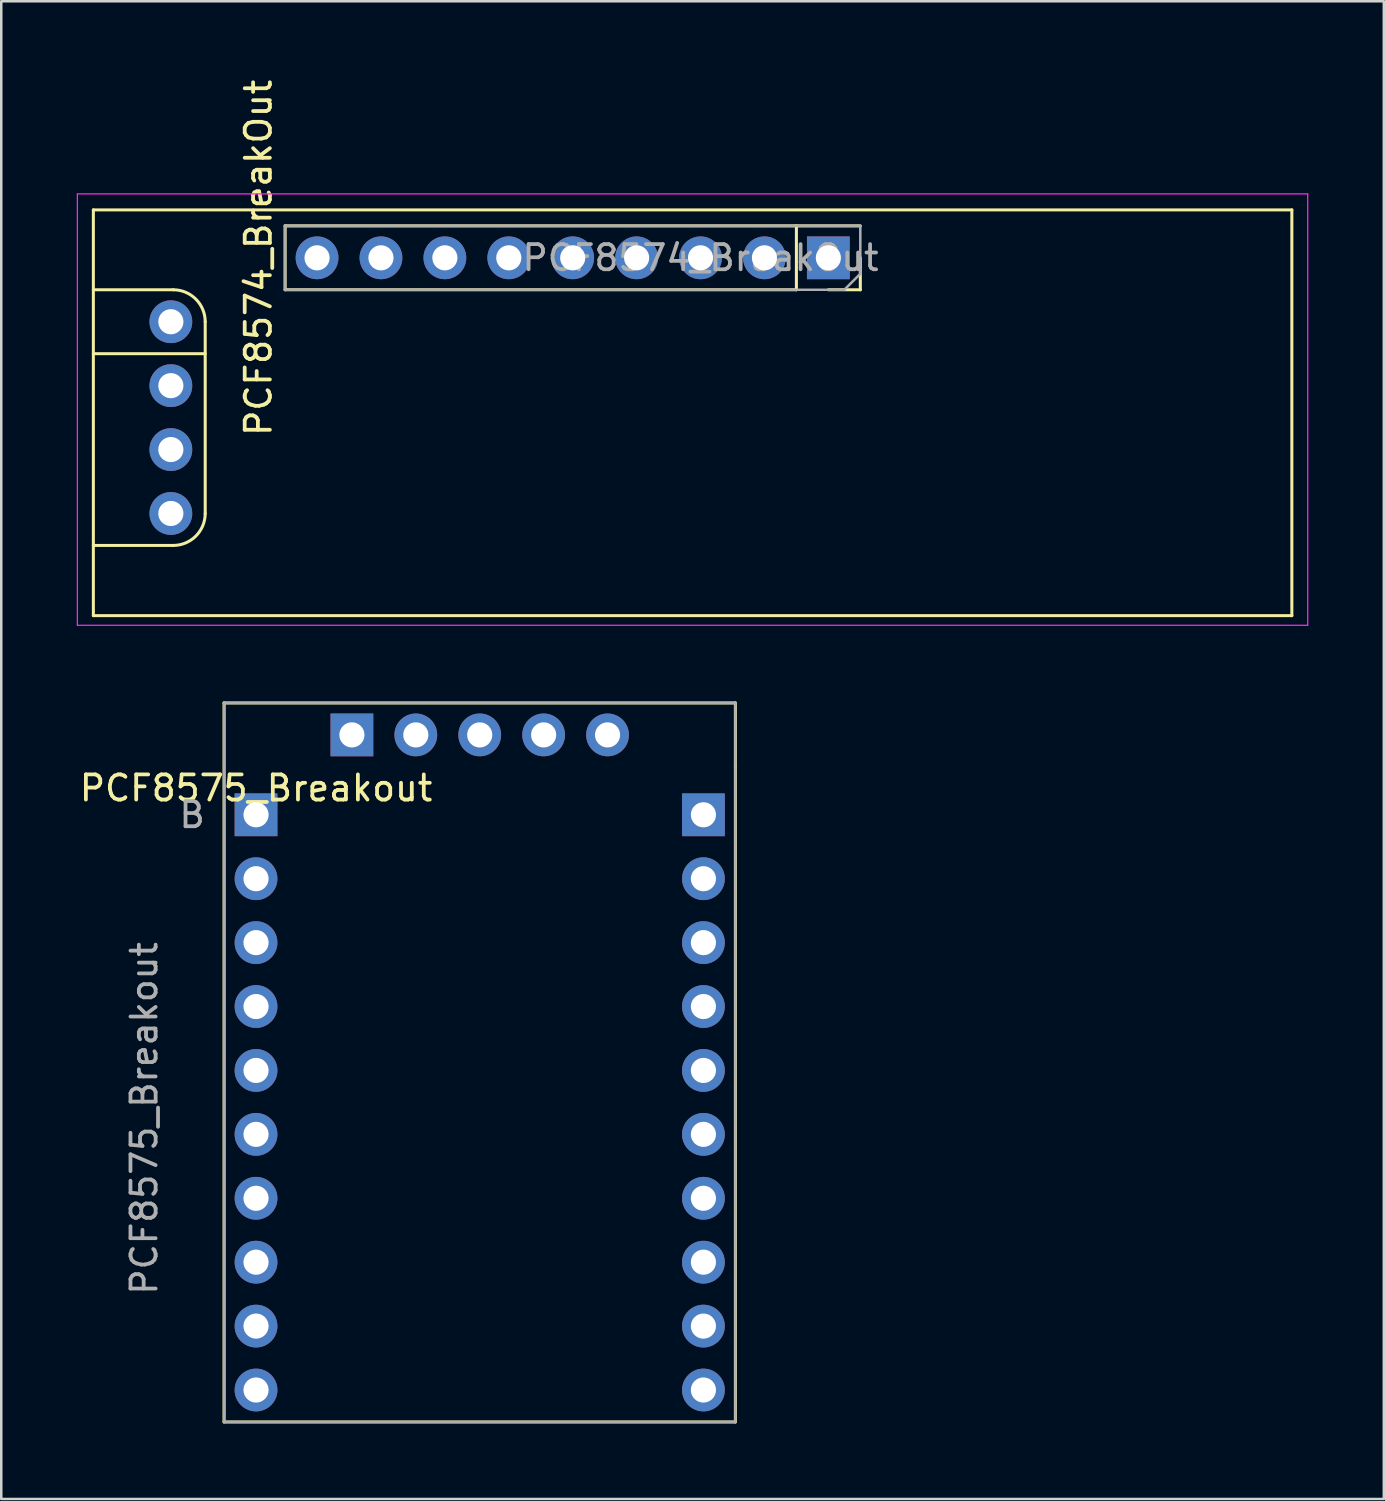
<source format=kicad_pcb>
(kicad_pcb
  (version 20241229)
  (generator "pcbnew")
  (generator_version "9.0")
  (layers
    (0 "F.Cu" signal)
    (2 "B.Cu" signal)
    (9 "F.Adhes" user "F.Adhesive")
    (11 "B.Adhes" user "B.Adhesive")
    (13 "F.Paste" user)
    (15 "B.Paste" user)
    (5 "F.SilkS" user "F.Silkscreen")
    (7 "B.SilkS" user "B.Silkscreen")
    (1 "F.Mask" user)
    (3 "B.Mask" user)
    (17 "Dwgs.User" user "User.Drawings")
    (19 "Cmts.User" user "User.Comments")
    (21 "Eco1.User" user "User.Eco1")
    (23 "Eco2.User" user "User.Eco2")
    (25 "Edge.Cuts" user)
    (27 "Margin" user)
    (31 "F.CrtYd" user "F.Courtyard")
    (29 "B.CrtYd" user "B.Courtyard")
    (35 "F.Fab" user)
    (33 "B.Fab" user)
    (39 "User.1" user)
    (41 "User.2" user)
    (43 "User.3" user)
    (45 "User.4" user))
  (footprint "PCF8575_Breakout"
    (layer "F.Cu")
    (at 7.125 29.331)
    (property "Reference" "PCF8575_Breakout" (at 0 -1.06 180) (layer "F.SilkS") (effects (font (size 1 1) (thickness 0.15))))
    (attr through_hole)
    (fp_line (start -1.27 -4.445) (end -1.27 24.13) (stroke (width 0.12) (type default)) (layer "F.SilkS"))
    (fp_line (start -1.27 24.13) (end 19.05 24.13) (stroke (width 0.12) (type default)) (layer "F.SilkS"))
    (fp_line (start 19.05 -4.445) (end -1.27 -4.445) (stroke (width 0.12) (type default)) (layer "F.SilkS"))
    (fp_line (start 19.05 -1.905) (end 19.05 -4.445) (stroke (width 0.12) (type default)) (layer "F.SilkS"))
    (fp_line (start 19.05 24.13) (end 19.05 -1.905) (stroke (width 0.12) (type default)) (layer "F.SilkS"))
    (fp_line (start -1.27 -4.445) (end -1.27 24.13) (stroke (width 0.1) (type solid)) (layer "F.Fab"))
    (fp_line (start -1.27 -4.445) (end 19.05 -4.445) (stroke (width 0.1) (type solid)) (layer "F.Fab"))
    (fp_line (start -1.27 24.13) (end 19.05 24.13) (stroke (width 0.1) (type solid)) (layer "F.Fab"))
    (fp_line (start 19.05 24.13) (end 19.05 -4.445) (stroke (width 0.1) (type solid)) (layer "F.Fab"))
    (fp_text user "B" (at -2.54 0 180) (layer "F.Fab") (effects (font (size 1 1) (thickness 0.15))))
    (fp_text user "${REFERENCE}" (at -4.445 12.065 90) (layer "F.Fab") (effects (font (size 1 1) (thickness 0.15))))
    (pad "1" thru_hole rect (at 0 0) (size 1.7 1.7) (drill 1) (layers "*.Cu" "*.Mask"))
    (pad "2" thru_hole oval (at 0 2.54) (size 1.7 1.7) (drill 1) (layers "*.Cu" "*.Mask"))
    (pad "3" thru_hole oval (at 0 5.08) (size 1.7 1.7) (drill 1) (layers "*.Cu" "*.Mask"))
    (pad "4" thru_hole oval (at 0 7.62) (size 1.7 1.7) (drill 1) (layers "*.Cu" "*.Mask"))
    (pad "5" thru_hole oval (at 0 10.16) (size 1.7 1.7) (drill 1) (layers "*.Cu" "*.Mask"))
    (pad "6" thru_hole oval (at 0 12.7) (size 1.7 1.7) (drill 1) (layers "*.Cu" "*.Mask"))
    (pad "7" thru_hole oval (at 0 15.24) (size 1.7 1.7) (drill 1) (layers "*.Cu" "*.Mask"))
    (pad "8" thru_hole oval (at 0 17.78) (size 1.7 1.7) (drill 1) (layers "*.Cu" "*.Mask"))
    (pad "9" thru_hole oval (at 0 20.32) (size 1.7 1.7) (drill 1) (layers "*.Cu" "*.Mask"))
    (pad "10" thru_hole oval (at 0 22.86) (size 1.7 1.7) (drill 1) (layers "*.Cu" "*.Mask"))
    (pad "11" thru_hole oval (at 17.78 22.86) (size 1.7 1.7) (drill 1) (layers "*.Cu" "*.Mask"))
    (pad "12" thru_hole oval (at 17.78 20.32) (size 1.7 1.7) (drill 1) (layers "*.Cu" "*.Mask"))
    (pad "13" thru_hole oval (at 17.78 17.78) (size 1.7 1.7) (drill 1) (layers "*.Cu" "*.Mask"))
    (pad "14" thru_hole oval (at 17.78 15.24) (size 1.7 1.7) (drill 1) (layers "*.Cu" "*.Mask"))
    (pad "15" thru_hole oval (at 17.78 12.7) (size 1.7 1.7) (drill 1) (layers "*.Cu" "*.Mask"))
    (pad "16" thru_hole oval (at 17.78 10.16) (size 1.7 1.7) (drill 1) (layers "*.Cu" "*.Mask"))
    (pad "17" thru_hole oval (at 17.78 7.62) (size 1.7 1.7) (drill 1) (layers "*.Cu" "*.Mask"))
    (pad "18" thru_hole oval (at 17.78 5.08) (size 1.7 1.7) (drill 1) (layers "*.Cu" "*.Mask"))
    (pad "19" thru_hole oval (at 17.78 2.54) (size 1.7 1.7) (drill 1) (layers "*.Cu" "*.Mask"))
    (pad "20" thru_hole rect (at 17.78 0) (size 1.7 1.7) (drill 1) (layers "*.Cu" "*.Mask"))
    (pad "21" thru_hole rect (at 3.81 -3.175 90) (size 1.7 1.7) (drill 1) (layers "*.Cu" "*.Mask"))
    (pad "22" thru_hole oval (at 6.35 -3.175 90) (size 1.7 1.7) (drill 1) (layers "*.Cu" "*.Mask"))
    (pad "23" thru_hole oval (at 8.89 -3.175 90) (size 1.7 1.7) (drill 1) (layers "*.Cu" "*.Mask"))
    (pad "24" thru_hole oval (at 11.43 -3.175 90) (size 1.7 1.7) (drill 1) (layers "*.Cu" "*.Mask"))
    (pad "25" thru_hole oval (at 13.97 -3.175 90) (size 1.7 1.7) (drill 1) (layers "*.Cu" "*.Mask")))
  (footprint "PCF8574_BreakOut"
    (layer "F.Cu")
    (at 9.55 7.196)
    (property "Reference" "PCF8574_BreakOut" (at -2.33 0 90) (layer "F.SilkS") (effects (font (size 1 1) (thickness 0.15))))
    (attr through_hole)
    (fp_line (start -8.89 -1.905) (end 38.74 -1.905) (stroke (width 0.12) (type solid)) (layer "F.SilkS"))
    (fp_line (start -8.89 14.22) (end -8.89 -1.905) (stroke (width 0.12) (type solid)) (layer "F.SilkS"))
    (fp_line (start -8.89 14.22) (end 38.74 14.22) (stroke (width 0.12) (type solid)) (layer "F.SilkS"))
    (fp_line (start -5.715 1.27) (end -8.89 1.27) (stroke (width 0.12) (type default)) (layer "F.SilkS"))
    (fp_line (start -5.715 11.43) (end -8.89 11.43) (stroke (width 0.12) (type default)) (layer "F.SilkS"))
    (fp_line (start -4.445 2.54) (end -4.445 10.16) (stroke (width 0.12) (type default)) (layer "F.SilkS"))
    (fp_line (start -4.445 3.81) (end -8.89 3.81) (stroke (width 0.12) (type default)) (layer "F.SilkS"))
    (fp_line (start -1.27 -1.27) (end 21.59 -1.27) (stroke (width 0.12) (type solid)) (layer "F.SilkS"))
    (fp_line (start -1.27 1.27) (end -1.27 -1.27) (stroke (width 0.12) (type solid)) (layer "F.SilkS"))
    (fp_line (start -1.27 1.27) (end 19.05 1.27) (stroke (width 0.12) (type solid)) (layer "F.SilkS"))
    (fp_line (start 19.05 1.27) (end 19.05 -1.27) (stroke (width 0.12) (type solid)) (layer "F.SilkS"))
    (fp_line (start 20.32 1.27) (end 21.59 1.27) (stroke (width 0.12) (type solid)) (layer "F.SilkS"))
    (fp_line (start 21.59 1.27) (end 21.59 0) (stroke (width 0.12) (type solid)) (layer "F.SilkS"))
    (fp_line (start 38.74 14.22) (end 38.74 -1.905) (stroke (width 0.12) (type solid)) (layer "F.SilkS"))
    (fp_arc (start -5.715 1.27) (mid -4.816974 1.641974) (end -4.445 2.54) (stroke (width 0.12) (type default)) (layer "F.SilkS"))
    (fp_arc (start -4.445 10.16) (mid -4.816974 11.058026) (end -5.715 11.43) (stroke (width 0.12) (type default)) (layer "F.SilkS"))
    (fp_line (start -9.525 -2.54) (end 39.37 -2.54) (stroke (width 0.05) (type default)) (layer "F.CrtYd"))
    (fp_line (start -9.525 14.605) (end -9.525 -2.54) (stroke (width 0.05) (type default)) (layer "F.CrtYd"))
    (fp_line (start 39.37 -2.54) (end 39.37 14.605) (stroke (width 0.05) (type default)) (layer "F.CrtYd"))
    (fp_line (start 39.37 14.605) (end -9.525 14.605) (stroke (width 0.05) (type default)) (layer "F.CrtYd"))
    (fp_line (start -1.27 -1.27) (end -1.27 1.27) (stroke (width 0.1) (type solid)) (layer "F.Fab"))
    (fp_line (start -1.27 -1.27) (end 21.59 -1.27) (stroke (width 0.1) (type solid)) (layer "F.Fab"))
    (fp_line (start 20.955 1.27) (end -1.27 1.27) (stroke (width 0.1) (type solid)) (layer "F.Fab"))
    (fp_line (start 20.955 1.27) (end 21.59 0.635) (stroke (width 0.1) (type solid)) (layer "F.Fab"))
    (fp_line (start 21.59 0.635) (end 21.59 -1.27) (stroke (width 0.1) (type solid)) (layer "F.Fab"))
    (fp_text user "${REFERENCE}" (at 15.24 0 0) (layer "F.Fab") (effects (font (size 1 1) (thickness 0.15))))
    (pad "1" thru_hole rect (at 20.32 0 90) (size 1.7 1.7) (drill 1) (layers "*.Cu" "*.Mask"))
    (pad "2" thru_hole oval (at 17.78 0 90) (size 1.7 1.7) (drill 1) (layers "*.Cu" "*.Mask"))
    (pad "3" thru_hole oval (at 15.24 0 90) (size 1.7 1.7) (drill 1) (layers "*.Cu" "*.Mask"))
    (pad "4" thru_hole oval (at 12.7 0 90) (size 1.7 1.7) (drill 1) (layers "*.Cu" "*.Mask"))
    (pad "5" thru_hole oval (at 10.16 0 90) (size 1.7 1.7) (drill 1) (layers "*.Cu" "*.Mask"))
    (pad "6" thru_hole oval (at 7.62 0 90) (size 1.7 1.7) (drill 1) (layers "*.Cu" "*.Mask"))
    (pad "7" thru_hole oval (at 5.08 0 90) (size 1.7 1.7) (drill 1) (layers "*.Cu" "*.Mask"))
    (pad "8" thru_hole oval (at 2.54 0 90) (size 1.7 1.7) (drill 1) (layers "*.Cu" "*.Mask"))
    (pad "9" thru_hole oval (at 0 0 90) (size 1.7 1.7) (drill 1) (layers "*.Cu" "*.Mask"))
    (pad "10" thru_hole oval (at -5.81 2.54 90) (size 1.7 1.7) (drill 1) (layers "*.Cu" "*.Mask"))
    (pad "11" thru_hole oval (at -5.81 5.08 90) (size 1.7 1.7) (drill 1) (layers "*.Cu" "*.Mask"))
    (pad "12" thru_hole oval (at -5.81 7.62 90) (size 1.7 1.7) (drill 1) (layers "*.Cu" "*.Mask"))
    (pad "13" thru_hole oval (at -5.81 10.16 90) (size 1.7 1.7) (drill 1) (layers "*.Cu" "*.Mask")))
  (gr_rect
    (start -3 -3)
    (end 51.945 56.521)
    (stroke (width 0.1) (type default))
    (fill no)
    (layer "Edge.Cuts")))
</source>
